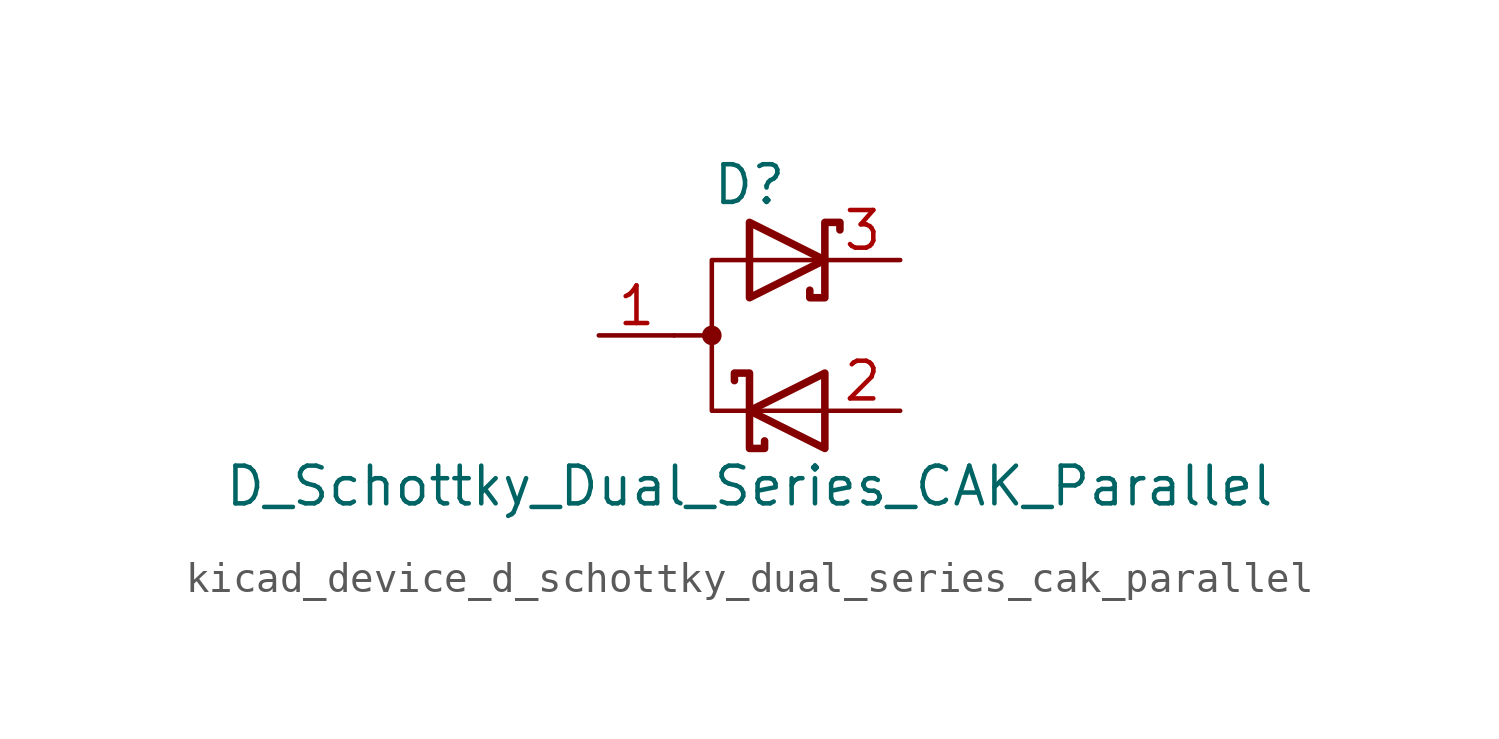
<source format=kicad_sym>
(kicad_symbol_lib
  (version 20220914)
  (generator kicad_symbol_editor)
  (symbol "kicad_device_d_schottky_dual_series_cak_parallel"
    (pin_names
      (offset 0.762) hide)
    (property "Reference" "D"
      (at 0 5.08 0)
      (effects (font (size 1.27 1.27))))
    (property "Value" "D_Schottky_Dual_Series_CAK_Parallel"
      (at 0 -5.08 0)
      (effects (font (size 1.27 1.27))))
    (symbol "kicad_device_d_schottky_dual_series_cak_parallel_0_1"
      (circle (center -1.27 0) (radius 0.254) (stroke (width 0) (type default)) (fill (type outline)))
      (polyline (pts (xy -1.27 0) (xy -2.54 0)) (stroke (width 0) (type default)) (fill (type none)))
      (polyline (pts (xy 2.54 2.54) (xy -1.27 2.54) (xy -1.27 -2.54) (xy 2.54 -2.54)) (stroke (width 0) (type default)) (fill (type none)))
      (polyline (pts (xy -0.508 -1.524) (xy -0.508 -1.27) (xy 0 -1.27) (xy 0 -3.81) (xy 0.508 -3.81) (xy 0.508 -3.556)) (stroke (width 0.254) (type default)) (fill (type none)))
      (polyline (pts (xy 0 3.81) (xy 2.54 2.54) (xy 0 1.27) (xy 0 3.81) (xy 0 3.81) (xy 0 3.81)) (stroke (width 0.254) (type default)) (fill (type none)))
      (polyline (pts (xy 2.54 -1.27) (xy 0 -2.54) (xy 2.54 -3.81) (xy 2.54 -1.27) (xy 2.54 -1.27) (xy 2.54 -1.27)) (stroke (width 0.254) (type default)) (fill (type none)))
      (polyline (pts (xy 3.048 3.556) (xy 3.048 3.81) (xy 2.54 3.81) (xy 2.54 1.27) (xy 2.032 1.27) (xy 2.032 1.524)) (stroke (width 0.254) (type default)) (fill (type none)))
      (pin passive line (at -5.08 0 0) (length 2.54) (name "A" (effects (font (size 1.27 1.27)))) (number "1" (effects (font (size 1.27 1.27)))))
      (pin passive line (at 5.08 -2.54 180) (length 2.54) (name "K" (effects (font (size 1.27 1.27)))) (number "2" (effects (font (size 1.27 1.27)))))
      (pin passive line (at 5.08 2.54 180) (length 2.54) (name "K" (effects (font (size 1.27 1.27)))) (number "3" (effects (font (size 1.27 1.27))))))))
</source>
